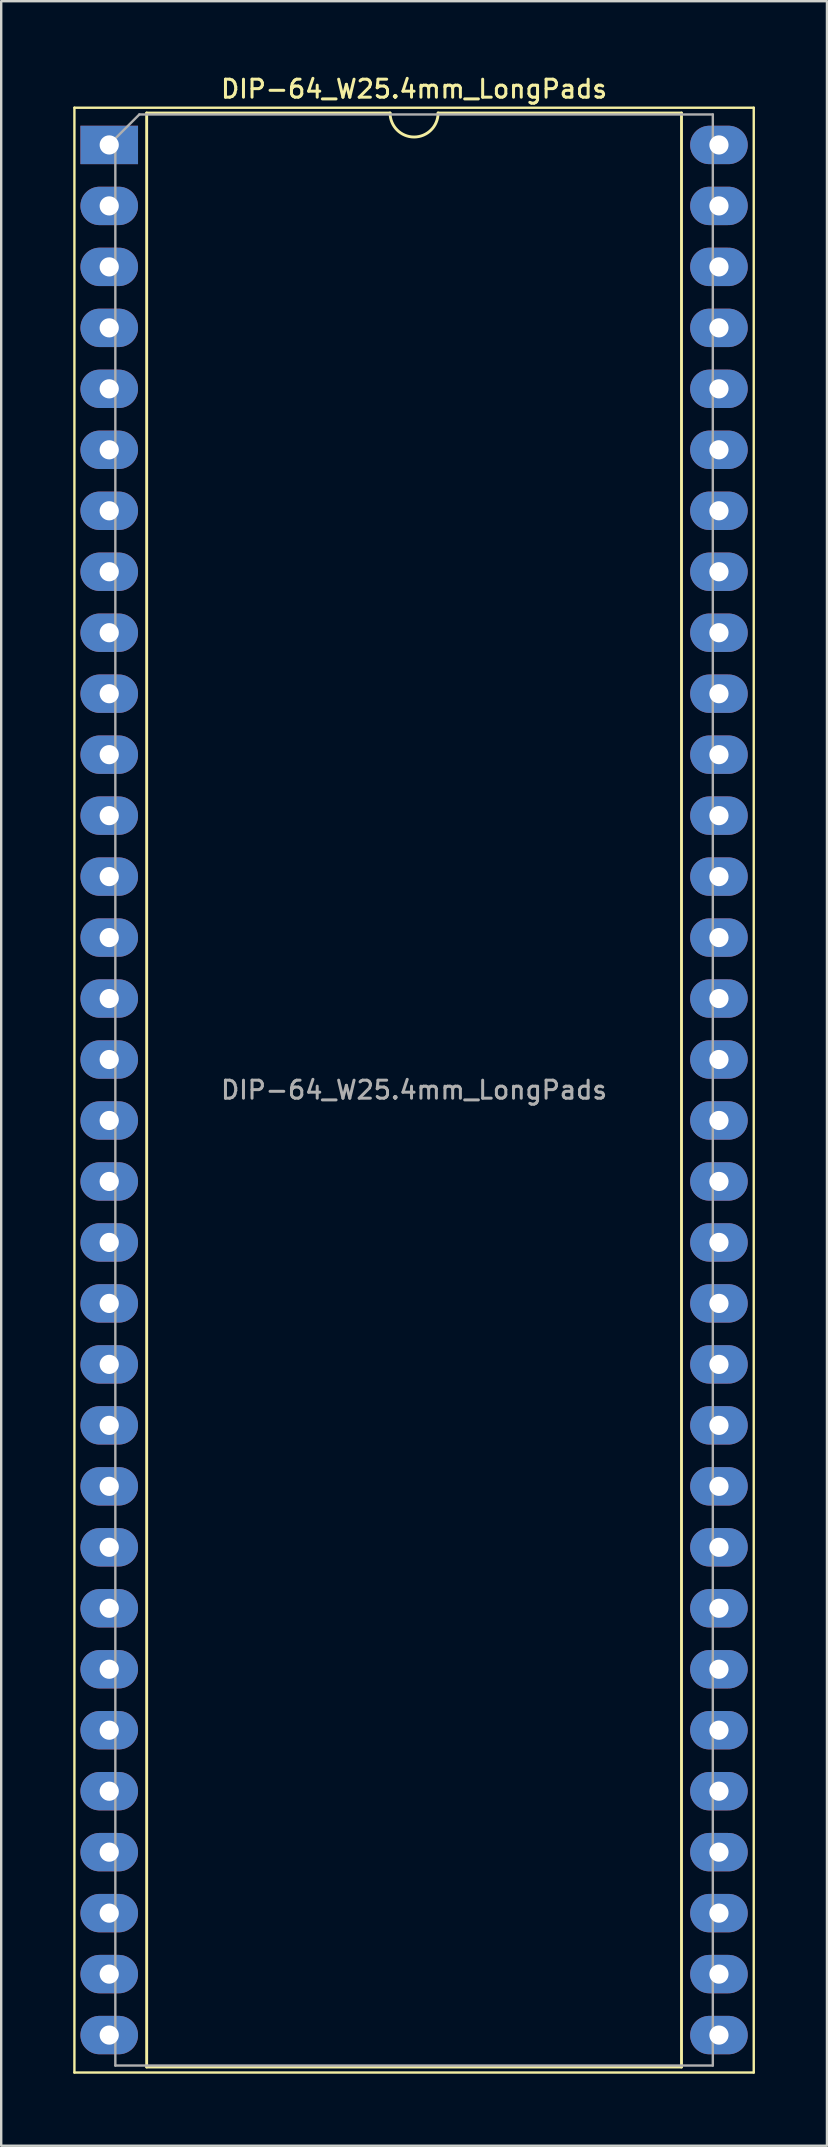
<source format=kicad_pcb>
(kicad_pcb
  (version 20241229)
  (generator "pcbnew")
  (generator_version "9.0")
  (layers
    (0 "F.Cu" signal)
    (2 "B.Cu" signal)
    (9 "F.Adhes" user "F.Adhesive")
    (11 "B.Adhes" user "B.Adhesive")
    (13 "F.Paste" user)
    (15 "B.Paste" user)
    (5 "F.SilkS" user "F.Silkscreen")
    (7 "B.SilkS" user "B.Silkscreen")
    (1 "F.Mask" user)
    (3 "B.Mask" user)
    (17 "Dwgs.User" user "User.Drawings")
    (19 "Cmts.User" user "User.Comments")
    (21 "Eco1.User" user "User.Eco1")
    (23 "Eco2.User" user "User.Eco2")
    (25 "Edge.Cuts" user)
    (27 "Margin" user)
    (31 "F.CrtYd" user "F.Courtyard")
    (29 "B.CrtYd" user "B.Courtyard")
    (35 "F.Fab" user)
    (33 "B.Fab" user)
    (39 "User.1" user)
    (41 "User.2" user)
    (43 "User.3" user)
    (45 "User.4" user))
  (footprint "DIP-64_W25.4mm_LongPads"
    (layer "F.Cu")
    (at 1.5 2.988)
    (property "Reference" "DIP-64_W25.4mm_LongPads" (at 12.7 -2.33 0) (layer "F.SilkS") (effects (font (size 0.75 0.75) (thickness 0.125))))
    (attr through_hole)
    (fp_line (start -1.45 -1.55) (end -1.45 80.3) (stroke (width 0.1) (type solid)) (layer "F.SilkS"))
    (fp_line (start -1.45 80.3) (end 26.85 80.3) (stroke (width 0.1) (type solid)) (layer "F.SilkS"))
    (fp_line (start 1.56 -1.33) (end 1.56 80.07) (stroke (width 0.12) (type solid)) (layer "F.SilkS"))
    (fp_line (start 1.56 80.07) (end 23.84 80.07) (stroke (width 0.12) (type solid)) (layer "F.SilkS"))
    (fp_line (start 11.7 -1.33) (end 1.56 -1.33) (stroke (width 0.12) (type solid)) (layer "F.SilkS"))
    (fp_line (start 23.84 -1.33) (end 13.7 -1.33) (stroke (width 0.12) (type solid)) (layer "F.SilkS"))
    (fp_line (start 23.84 80.07) (end 23.84 -1.33) (stroke (width 0.12) (type solid)) (layer "F.SilkS"))
    (fp_line (start 26.85 -1.55) (end -1.45 -1.55) (stroke (width 0.1) (type solid)) (layer "F.SilkS"))
    (fp_line (start 26.85 80.3) (end 26.85 -1.55) (stroke (width 0.1) (type solid)) (layer "F.SilkS"))
    (fp_arc (start 13.7 -1.33) (mid 12.7 -0.33) (end 11.7 -1.33) (stroke (width 0.12) (type solid)) (layer "F.SilkS"))
    (fp_line (start 0.255 -0.27) (end 1.255 -1.27) (stroke (width 0.1) (type solid)) (layer "F.Fab"))
    (fp_line (start 0.255 80.01) (end 0.255 -0.27) (stroke (width 0.1) (type solid)) (layer "F.Fab"))
    (fp_line (start 1.255 -1.27) (end 25.145 -1.27) (stroke (width 0.1) (type solid)) (layer "F.Fab"))
    (fp_line (start 25.145 -1.27) (end 25.145 80.01) (stroke (width 0.1) (type solid)) (layer "F.Fab"))
    (fp_line (start 25.145 80.01) (end 0.255 80.01) (stroke (width 0.1) (type solid)) (layer "F.Fab"))
    (fp_text user "${REFERENCE}" (at 12.7 39.37 0) (layer "F.Fab") (effects (font (size 0.75 0.75) (thickness 0.125))))
    (pad "1" thru_hole rect (at 0 0) (size 2.4 1.6) (drill 0.8) (layers "*.Cu" "*.Mask"))
    (pad "2" thru_hole oval (at 0 2.54) (size 2.4 1.6) (drill 0.8) (layers "*.Cu" "*.Mask"))
    (pad "3" thru_hole oval (at 0 5.08) (size 2.4 1.6) (drill 0.8) (layers "*.Cu" "*.Mask"))
    (pad "4" thru_hole oval (at 0 7.62) (size 2.4 1.6) (drill 0.8) (layers "*.Cu" "*.Mask"))
    (pad "5" thru_hole oval (at 0 10.16) (size 2.4 1.6) (drill 0.8) (layers "*.Cu" "*.Mask"))
    (pad "6" thru_hole oval (at 0 12.7) (size 2.4 1.6) (drill 0.8) (layers "*.Cu" "*.Mask"))
    (pad "7" thru_hole oval (at 0 15.24) (size 2.4 1.6) (drill 0.8) (layers "*.Cu" "*.Mask"))
    (pad "8" thru_hole oval (at 0 17.78) (size 2.4 1.6) (drill 0.8) (layers "*.Cu" "*.Mask"))
    (pad "9" thru_hole oval (at 0 20.32) (size 2.4 1.6) (drill 0.8) (layers "*.Cu" "*.Mask"))
    (pad "10" thru_hole oval (at 0 22.86) (size 2.4 1.6) (drill 0.8) (layers "*.Cu" "*.Mask"))
    (pad "11" thru_hole oval (at 0 25.4) (size 2.4 1.6) (drill 0.8) (layers "*.Cu" "*.Mask"))
    (pad "12" thru_hole oval (at 0 27.94) (size 2.4 1.6) (drill 0.8) (layers "*.Cu" "*.Mask"))
    (pad "13" thru_hole oval (at 0 30.48) (size 2.4 1.6) (drill 0.8) (layers "*.Cu" "*.Mask"))
    (pad "14" thru_hole oval (at 0 33.02) (size 2.4 1.6) (drill 0.8) (layers "*.Cu" "*.Mask"))
    (pad "15" thru_hole oval (at 0 35.56) (size 2.4 1.6) (drill 0.8) (layers "*.Cu" "*.Mask"))
    (pad "16" thru_hole oval (at 0 38.1) (size 2.4 1.6) (drill 0.8) (layers "*.Cu" "*.Mask"))
    (pad "17" thru_hole oval (at 0 40.64) (size 2.4 1.6) (drill 0.8) (layers "*.Cu" "*.Mask"))
    (pad "18" thru_hole oval (at 0 43.18) (size 2.4 1.6) (drill 0.8) (layers "*.Cu" "*.Mask"))
    (pad "19" thru_hole oval (at 0 45.72) (size 2.4 1.6) (drill 0.8) (layers "*.Cu" "*.Mask"))
    (pad "20" thru_hole oval (at 0 48.26) (size 2.4 1.6) (drill 0.8) (layers "*.Cu" "*.Mask"))
    (pad "21" thru_hole oval (at 0 50.8) (size 2.4 1.6) (drill 0.8) (layers "*.Cu" "*.Mask"))
    (pad "22" thru_hole oval (at 0 53.34) (size 2.4 1.6) (drill 0.8) (layers "*.Cu" "*.Mask"))
    (pad "23" thru_hole oval (at 0 55.88) (size 2.4 1.6) (drill 0.8) (layers "*.Cu" "*.Mask"))
    (pad "24" thru_hole oval (at 0 58.42) (size 2.4 1.6) (drill 0.8) (layers "*.Cu" "*.Mask"))
    (pad "25" thru_hole oval (at 0 60.96) (size 2.4 1.6) (drill 0.8) (layers "*.Cu" "*.Mask"))
    (pad "26" thru_hole oval (at 0 63.5) (size 2.4 1.6) (drill 0.8) (layers "*.Cu" "*.Mask"))
    (pad "27" thru_hole oval (at 0 66.04) (size 2.4 1.6) (drill 0.8) (layers "*.Cu" "*.Mask"))
    (pad "28" thru_hole oval (at 0 68.58) (size 2.4 1.6) (drill 0.8) (layers "*.Cu" "*.Mask"))
    (pad "29" thru_hole oval (at 0 71.12) (size 2.4 1.6) (drill 0.8) (layers "*.Cu" "*.Mask"))
    (pad "30" thru_hole oval (at 0 73.66) (size 2.4 1.6) (drill 0.8) (layers "*.Cu" "*.Mask"))
    (pad "31" thru_hole oval (at 0 76.2) (size 2.4 1.6) (drill 0.8) (layers "*.Cu" "*.Mask"))
    (pad "32" thru_hole oval (at 0 78.74) (size 2.4 1.6) (drill 0.8) (layers "*.Cu" "*.Mask"))
    (pad "33" thru_hole oval (at 25.4 78.74) (size 2.4 1.6) (drill 0.8) (layers "*.Cu" "*.Mask"))
    (pad "34" thru_hole oval (at 25.4 76.2) (size 2.4 1.6) (drill 0.8) (layers "*.Cu" "*.Mask"))
    (pad "35" thru_hole oval (at 25.4 73.66) (size 2.4 1.6) (drill 0.8) (layers "*.Cu" "*.Mask"))
    (pad "36" thru_hole oval (at 25.4 71.12) (size 2.4 1.6) (drill 0.8) (layers "*.Cu" "*.Mask"))
    (pad "37" thru_hole oval (at 25.4 68.58) (size 2.4 1.6) (drill 0.8) (layers "*.Cu" "*.Mask"))
    (pad "38" thru_hole oval (at 25.4 66.04) (size 2.4 1.6) (drill 0.8) (layers "*.Cu" "*.Mask"))
    (pad "39" thru_hole oval (at 25.4 63.5) (size 2.4 1.6) (drill 0.8) (layers "*.Cu" "*.Mask"))
    (pad "40" thru_hole oval (at 25.4 60.96) (size 2.4 1.6) (drill 0.8) (layers "*.Cu" "*.Mask"))
    (pad "41" thru_hole oval (at 25.4 58.42) (size 2.4 1.6) (drill 0.8) (layers "*.Cu" "*.Mask"))
    (pad "42" thru_hole oval (at 25.4 55.88) (size 2.4 1.6) (drill 0.8) (layers "*.Cu" "*.Mask"))
    (pad "43" thru_hole oval (at 25.4 53.34) (size 2.4 1.6) (drill 0.8) (layers "*.Cu" "*.Mask"))
    (pad "44" thru_hole oval (at 25.4 50.8) (size 2.4 1.6) (drill 0.8) (layers "*.Cu" "*.Mask"))
    (pad "45" thru_hole oval (at 25.4 48.26) (size 2.4 1.6) (drill 0.8) (layers "*.Cu" "*.Mask"))
    (pad "46" thru_hole oval (at 25.4 45.72) (size 2.4 1.6) (drill 0.8) (layers "*.Cu" "*.Mask"))
    (pad "47" thru_hole oval (at 25.4 43.18) (size 2.4 1.6) (drill 0.8) (layers "*.Cu" "*.Mask"))
    (pad "48" thru_hole oval (at 25.4 40.64) (size 2.4 1.6) (drill 0.8) (layers "*.Cu" "*.Mask"))
    (pad "49" thru_hole oval (at 25.4 38.1) (size 2.4 1.6) (drill 0.8) (layers "*.Cu" "*.Mask"))
    (pad "50" thru_hole oval (at 25.4 35.56) (size 2.4 1.6) (drill 0.8) (layers "*.Cu" "*.Mask"))
    (pad "51" thru_hole oval (at 25.4 33.02) (size 2.4 1.6) (drill 0.8) (layers "*.Cu" "*.Mask"))
    (pad "52" thru_hole oval (at 25.4 30.48) (size 2.4 1.6) (drill 0.8) (layers "*.Cu" "*.Mask"))
    (pad "53" thru_hole oval (at 25.4 27.94) (size 2.4 1.6) (drill 0.8) (layers "*.Cu" "*.Mask"))
    (pad "54" thru_hole oval (at 25.4 25.4) (size 2.4 1.6) (drill 0.8) (layers "*.Cu" "*.Mask"))
    (pad "55" thru_hole oval (at 25.4 22.86) (size 2.4 1.6) (drill 0.8) (layers "*.Cu" "*.Mask"))
    (pad "56" thru_hole oval (at 25.4 20.32) (size 2.4 1.6) (drill 0.8) (layers "*.Cu" "*.Mask"))
    (pad "57" thru_hole oval (at 25.4 17.78) (size 2.4 1.6) (drill 0.8) (layers "*.Cu" "*.Mask"))
    (pad "58" thru_hole oval (at 25.4 15.24) (size 2.4 1.6) (drill 0.8) (layers "*.Cu" "*.Mask"))
    (pad "59" thru_hole oval (at 25.4 12.7) (size 2.4 1.6) (drill 0.8) (layers "*.Cu" "*.Mask"))
    (pad "60" thru_hole oval (at 25.4 10.16) (size 2.4 1.6) (drill 0.8) (layers "*.Cu" "*.Mask"))
    (pad "61" thru_hole oval (at 25.4 7.62) (size 2.4 1.6) (drill 0.8) (layers "*.Cu" "*.Mask"))
    (pad "62" thru_hole oval (at 25.4 5.08) (size 2.4 1.6) (drill 0.8) (layers "*.Cu" "*.Mask"))
    (pad "63" thru_hole oval (at 25.4 2.54) (size 2.4 1.6) (drill 0.8) (layers "*.Cu" "*.Mask"))
    (pad "64" thru_hole oval (at 25.4 0) (size 2.4 1.6) (drill 0.8) (layers "*.Cu" "*.Mask")))
  (gr_rect
    (start -3 -3)
    (end 31.4 86.338)
    (stroke (width 0.1) (type default))
    (fill no)
    (layer "Edge.Cuts")))
</source>
